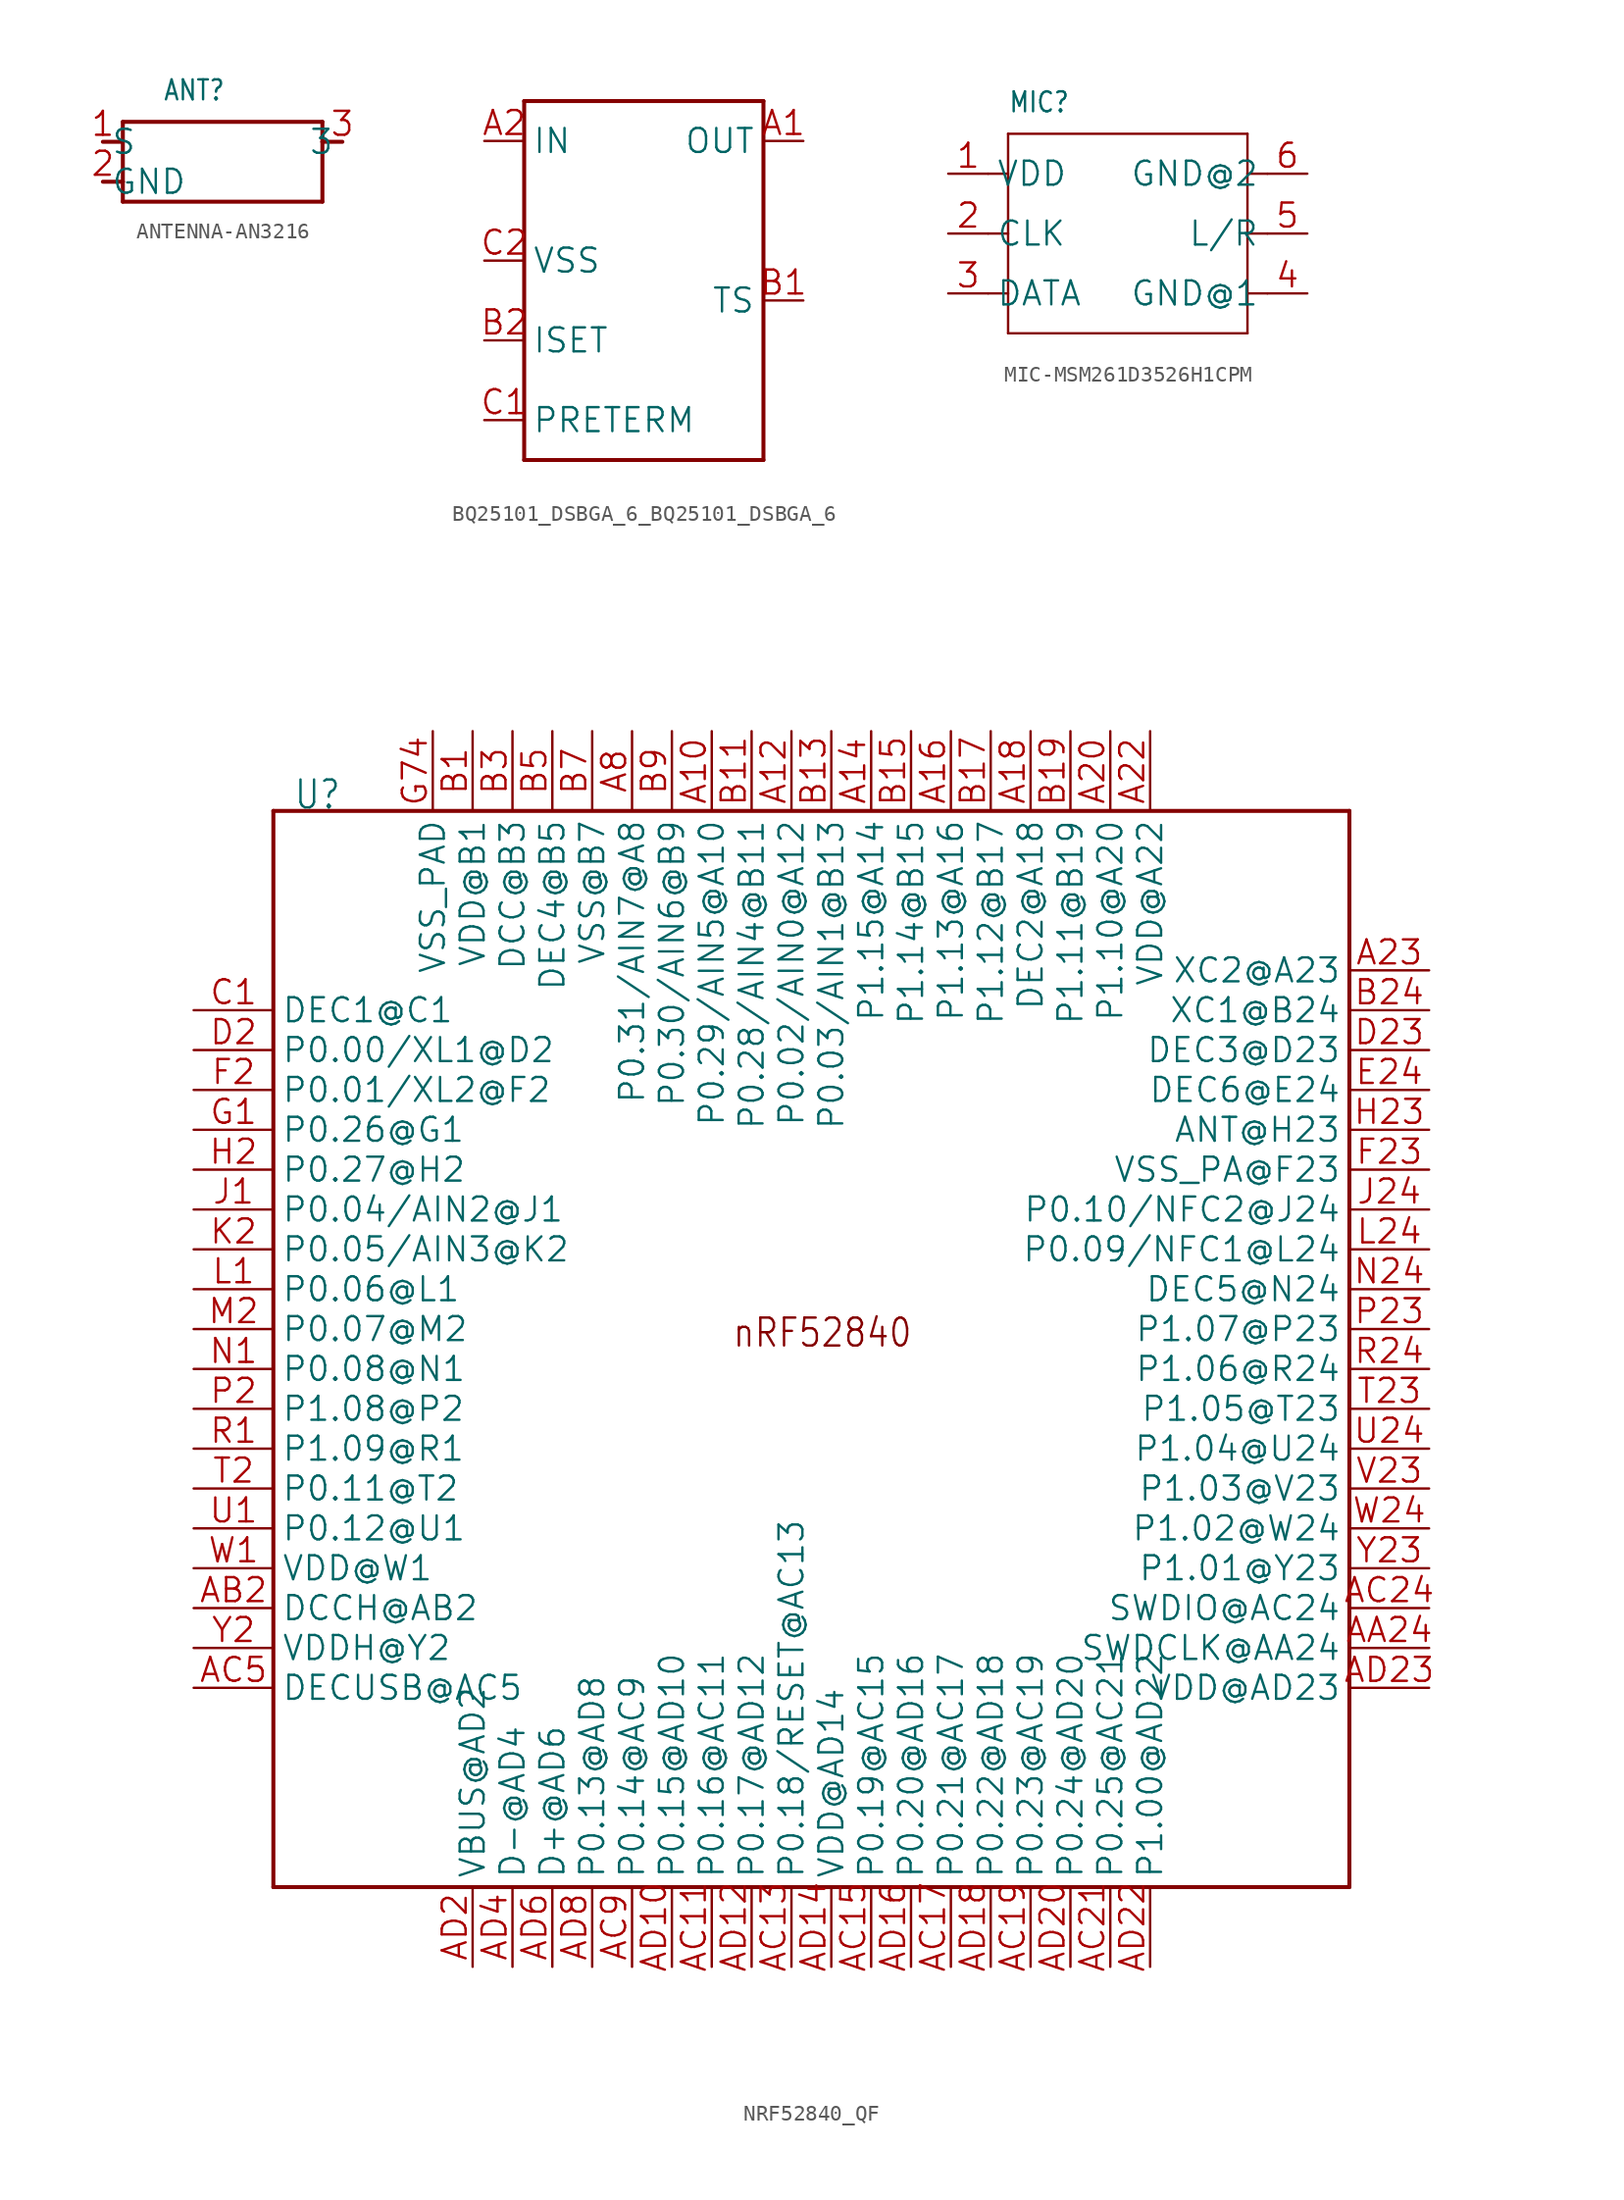
<source format=kicad_sym>
(kicad_symbol_lib
  (version 20241209)
  (generator "kicad_symbol_editor")
  (generator_version "9.0")
  (symbol "ANTENNA-AN3216"
    (property "Reference" "ANT"
      (at 0 5.08 0)
      (effects (font (size 1.27 1.079)) (justify left bottom)))
    (property "Value" ""
      (at 0 3.81 0)
      (effects (font (size 1.27 1.079)) (justify left bottom)))
    (property "ki_locked" ""
      (at 0 0 0)
      (effects (font (size 1.27 1.27))))
    (symbol "ANTENNA-AN3216_1_0"
      (polyline (pts (xy -3.81 2.54) (xy -2.54 2.54)) (stroke (width 0.254) (type solid)) (fill (type none)))
      (polyline (pts (xy -3.81 0) (xy -2.54 0)) (stroke (width 0.254) (type solid)) (fill (type none)))
      (polyline (pts (xy -2.54 3.81) (xy -2.54 2.54)) (stroke (width 0.254) (type solid)) (fill (type none)))
      (polyline (pts (xy -2.54 2.54) (xy -2.54 0)) (stroke (width 0.254) (type solid)) (fill (type none)))
      (polyline (pts (xy -2.54 0) (xy -2.54 -1.27)) (stroke (width 0.254) (type solid)) (fill (type none)))
      (polyline (pts (xy -2.54 -1.27) (xy 10.16 -1.27)) (stroke (width 0.254) (type solid)) (fill (type none)))
      (polyline (pts (xy 10.16 3.81) (xy -2.54 3.81)) (stroke (width 0.254) (type solid)) (fill (type none)))
      (polyline (pts (xy 10.16 2.54) (xy 10.16 3.81)) (stroke (width 0.254) (type solid)) (fill (type none)))
      (polyline (pts (xy 10.16 -1.27) (xy 10.16 2.54)) (stroke (width 0.254) (type solid)) (fill (type none)))
      (polyline (pts (xy 11.43 2.54) (xy 10.16 2.54)) (stroke (width 0.254) (type solid)) (fill (type none)))
      (pin bidirectional line (at -3.81 2.54 0) (length 0) (name "S" (effects (font (size 1.524 1.524)))) (number "1" (effects (font (size 1.524 1.524)))))
      (pin bidirectional line (at -3.81 0 0) (length 0) (name "GND" (effects (font (size 1.524 1.524)))) (number "2" (effects (font (size 1.524 1.524)))))
      (pin bidirectional line (at 11.43 2.54 180) (length 0) (name "3" (effects (font (size 1.524 1.524)))) (number "3" (effects (font (size 1.524 1.524)))))))
  (symbol "BQ25101_DSBGA_6_BQ25101_DSBGA_6"
    (property "Reference" "U"
      (at -10.16 12.7 0)
      (effects (font (size 1.778 1.511)) (justify left bottom) (hide yes)))
    (property "ki_locked" ""
      (at 0 0 0)
      (effects (font (size 1.27 1.27))))
    (symbol "BQ25101_DSBGA_6_BQ25101_DSBGA_6_1_0"
      (polyline (pts (xy -7.62 12.7) (xy 7.62 12.7)) (stroke (width 0.254) (type solid)) (fill (type none)))
      (polyline (pts (xy -7.62 -10.16) (xy -7.62 12.7)) (stroke (width 0.254) (type solid)) (fill (type none)))
      (polyline (pts (xy 7.62 12.7) (xy 7.62 -10.16)) (stroke (width 0.254) (type solid)) (fill (type none)))
      (polyline (pts (xy 7.62 -10.16) (xy -7.62 -10.16)) (stroke (width 0.254) (type solid)) (fill (type none)))
      (pin bidirectional line (at -10.16 10.16 0) (length 2.54) (name "IN" (effects (font (size 1.524 1.524)))) (number "A2" (effects (font (size 1.524 1.524)))))
      (pin bidirectional line (at -10.16 2.54 0) (length 2.54) (name "VSS" (effects (font (size 1.524 1.524)))) (number "C2" (effects (font (size 1.524 1.524)))))
      (pin bidirectional line (at -10.16 -2.54 0) (length 2.54) (name "ISET" (effects (font (size 1.524 1.524)))) (number "B2" (effects (font (size 1.524 1.524)))))
      (pin bidirectional line (at -10.16 -7.62 0) (length 2.54) (name "PRETERM" (effects (font (size 1.524 1.524)))) (number "C1" (effects (font (size 1.524 1.524)))))
      (pin bidirectional line (at 10.16 10.16 180) (length 2.54) (name "OUT" (effects (font (size 1.524 1.524)))) (number "A1" (effects (font (size 1.524 1.524)))))
      (pin bidirectional line (at 10.16 0 180) (length 2.54) (name "TS" (effects (font (size 1.524 1.524)))) (number "B1" (effects (font (size 1.524 1.524)))))))
  (symbol "MIC-MSM261D3526H1CPM"
    (property "Reference" "MIC"
      (at -7.62 7.62 0)
      (effects (font (size 1.27 1.079)) (justify left bottom)))
    (property "Value" ""
      (at -7.62 6.35 0)
      (effects (font (size 1.27 1.079)) (justify left bottom)))
    (property "ki_locked" ""
      (at 0 0 0)
      (effects (font (size 1.27 1.27))))
    (symbol "MIC-MSM261D3526H1CPM_1_0"
      (polyline (pts (xy -7.62 6.35) (xy 7.62 6.35)) (stroke (width 0.152) (type solid)) (fill (type none)))
      (polyline (pts (xy -7.62 3.81) (xy -8.89 3.81)) (stroke (width 0.152) (type solid)) (fill (type none)))
      (polyline (pts (xy -7.62 3.81) (xy -7.62 6.35)) (stroke (width 0.152) (type solid)) (fill (type none)))
      (polyline (pts (xy -7.62 0) (xy -8.89 0)) (stroke (width 0.152) (type solid)) (fill (type none)))
      (polyline (pts (xy -7.62 0) (xy -7.62 3.81)) (stroke (width 0.152) (type solid)) (fill (type none)))
      (polyline (pts (xy -7.62 -3.81) (xy -8.89 -3.81)) (stroke (width 0.152) (type solid)) (fill (type none)))
      (polyline (pts (xy -7.62 -3.81) (xy -7.62 0)) (stroke (width 0.152) (type solid)) (fill (type none)))
      (polyline (pts (xy -7.62 -6.35) (xy -7.62 -3.81)) (stroke (width 0.152) (type solid)) (fill (type none)))
      (polyline (pts (xy 7.62 6.35) (xy 7.62 3.81)) (stroke (width 0.152) (type solid)) (fill (type none)))
      (polyline (pts (xy 7.62 3.81) (xy 7.62 0)) (stroke (width 0.152) (type solid)) (fill (type none)))
      (polyline (pts (xy 7.62 0) (xy 7.62 -3.81)) (stroke (width 0.152) (type solid)) (fill (type none)))
      (polyline (pts (xy 7.62 -3.81) (xy 7.62 -6.35)) (stroke (width 0.152) (type solid)) (fill (type none)))
      (polyline (pts (xy 7.62 -6.35) (xy -7.62 -6.35)) (stroke (width 0.152) (type solid)) (fill (type none)))
      (polyline (pts (xy 8.89 3.81) (xy 7.62 3.81)) (stroke (width 0.152) (type solid)) (fill (type none)))
      (polyline (pts (xy 8.89 0) (xy 7.62 0)) (stroke (width 0.152) (type solid)) (fill (type none)))
      (polyline (pts (xy 8.89 -3.81) (xy 7.62 -3.81)) (stroke (width 0.152) (type solid)) (fill (type none)))
      (pin bidirectional line (at -11.43 3.81 0) (length 2.54) (name "VDD" (effects (font (size 1.524 1.524)))) (number "1" (effects (font (size 1.524 1.524)))))
      (pin bidirectional line (at -11.43 0 0) (length 2.54) (name "CLK" (effects (font (size 1.524 1.524)))) (number "2" (effects (font (size 1.524 1.524)))))
      (pin bidirectional line (at -11.43 -3.81 0) (length 2.54) (name "DATA" (effects (font (size 1.524 1.524)))) (number "3" (effects (font (size 1.524 1.524)))))
      (pin bidirectional line (at 11.43 3.81 180) (length 2.54) (name "GND@2" (effects (font (size 1.524 1.524)))) (number "6" (effects (font (size 1.524 1.524)))))
      (pin bidirectional line (at 11.43 0 180) (length 2.54) (name "L/R" (effects (font (size 1.524 1.524)))) (number "5" (effects (font (size 1.524 1.524)))))
      (pin bidirectional line (at 11.43 -3.81 180) (length 2.54) (name "GND@1" (effects (font (size 1.524 1.524)))) (number "4" (effects (font (size 1.524 1.524)))))))
  (symbol "NRF52840_QF"
    (property "Reference" "U"
      (at -33.02 34.29 0)
      (effects (font (size 1.778 1.511)) (justify left bottom)))
    (property "Value" ""
      (at 25.4 34.29 0)
      (effects (font (size 1.778 1.511)) (justify left bottom)))
    (property "ki_locked" ""
      (at 0 0 0)
      (effects (font (size 1.27 1.27))))
    (symbol "NRF52840_QF_1_0"
      (polyline (pts (xy -34.29 34.29) (xy 34.29 34.29)) (stroke (width 0.254) (type solid)) (fill (type none)))
      (polyline (pts (xy -34.29 -34.29) (xy -34.29 34.29)) (stroke (width 0.254) (type solid)) (fill (type none)))
      (polyline (pts (xy 34.29 34.29) (xy 34.29 -34.29)) (stroke (width 0.254) (type solid)) (fill (type none)))
      (polyline (pts (xy 34.29 -34.29) (xy -34.29 -34.29)) (stroke (width 0.254) (type solid)) (fill (type none)))
      (text "nRF52840" (at -5.08 0 0) (effects (font (size 1.778 1.511)) (justify left bottom)))
      (pin bidirectional line (at -39.37 21.59 0) (length 5.08) (name "DEC1@C1" (effects (font (size 1.524 1.524)))) (number "C1" (effects (font (size 1.524 1.524)))))
      (pin bidirectional line (at -39.37 19.05 0) (length 5.08) (name "P0.00/XL1@D2" (effects (font (size 1.524 1.524)))) (number "D2" (effects (font (size 1.524 1.524)))))
      (pin bidirectional line (at -39.37 16.51 0) (length 5.08) (name "P0.01/XL2@F2" (effects (font (size 1.524 1.524)))) (number "F2" (effects (font (size 1.524 1.524)))))
      (pin bidirectional line (at -39.37 13.97 0) (length 5.08) (name "P0.26@G1" (effects (font (size 1.524 1.524)))) (number "G1" (effects (font (size 1.524 1.524)))))
      (pin bidirectional line (at -39.37 11.43 0) (length 5.08) (name "P0.27@H2" (effects (font (size 1.524 1.524)))) (number "H2" (effects (font (size 1.524 1.524)))))
      (pin bidirectional line (at -39.37 8.89 0) (length 5.08) (name "P0.04/AIN2@J1" (effects (font (size 1.524 1.524)))) (number "J1" (effects (font (size 1.524 1.524)))))
      (pin bidirectional line (at -39.37 6.35 0) (length 5.08) (name "P0.05/AIN3@K2" (effects (font (size 1.524 1.524)))) (number "K2" (effects (font (size 1.524 1.524)))))
      (pin bidirectional line (at -39.37 3.81 0) (length 5.08) (name "P0.06@L1" (effects (font (size 1.524 1.524)))) (number "L1" (effects (font (size 1.524 1.524)))))
      (pin bidirectional line (at -39.37 1.27 0) (length 5.08) (name "P0.07@M2" (effects (font (size 1.524 1.524)))) (number "M2" (effects (font (size 1.524 1.524)))))
      (pin bidirectional line (at -39.37 -1.27 0) (length 5.08) (name "P0.08@N1" (effects (font (size 1.524 1.524)))) (number "N1" (effects (font (size 1.524 1.524)))))
      (pin bidirectional line (at -39.37 -3.81 0) (length 5.08) (name "P1.08@P2" (effects (font (size 1.524 1.524)))) (number "P2" (effects (font (size 1.524 1.524)))))
      (pin bidirectional line (at -39.37 -6.35 0) (length 5.08) (name "P1.09@R1" (effects (font (size 1.524 1.524)))) (number "R1" (effects (font (size 1.524 1.524)))))
      (pin bidirectional line (at -39.37 -8.89 0) (length 5.08) (name "P0.11@T2" (effects (font (size 1.524 1.524)))) (number "T2" (effects (font (size 1.524 1.524)))))
      (pin bidirectional line (at -39.37 -11.43 0) (length 5.08) (name "P0.12@U1" (effects (font (size 1.524 1.524)))) (number "U1" (effects (font (size 1.524 1.524)))))
      (pin bidirectional line (at -39.37 -13.97 0) (length 5.08) (name "VDD@W1" (effects (font (size 1.524 1.524)))) (number "W1" (effects (font (size 1.524 1.524)))))
      (pin bidirectional line (at -39.37 -16.51 0) (length 5.08) (name "DCCH@AB2" (effects (font (size 1.524 1.524)))) (number "AB2" (effects (font (size 1.524 1.524)))))
      (pin bidirectional line (at -39.37 -19.05 0) (length 5.08) (name "VDDH@Y2" (effects (font (size 1.524 1.524)))) (number "Y2" (effects (font (size 1.524 1.524)))))
      (pin bidirectional line (at -39.37 -21.59 0) (length 5.08) (name "DECUSB@AC5" (effects (font (size 1.524 1.524)))) (number "AC5" (effects (font (size 1.524 1.524)))))
      (pin bidirectional line (at -24.13 39.37 270) (length 5.08) (name "VSS_PAD" (effects (font (size 1.524 1.524)))) (number "G74" (effects (font (size 1.524 1.524)))))
      (pin bidirectional line (at -21.59 39.37 270) (length 5.08) (name "VDD@B1" (effects (font (size 1.524 1.524)))) (number "B1" (effects (font (size 1.524 1.524)))))
      (pin bidirectional line (at -21.59 -39.37 90) (length 5.08) (name "VBUS@AD2" (effects (font (size 1.524 1.524)))) (number "AD2" (effects (font (size 1.524 1.524)))))
      (pin bidirectional line (at -19.05 39.37 270) (length 5.08) (name "DCC@B3" (effects (font (size 1.524 1.524)))) (number "B3" (effects (font (size 1.524 1.524)))))
      (pin bidirectional line (at -19.05 -39.37 90) (length 5.08) (name "D-@AD4" (effects (font (size 1.524 1.524)))) (number "AD4" (effects (font (size 1.524 1.524)))))
      (pin bidirectional line (at -16.51 39.37 270) (length 5.08) (name "DEC4@B5" (effects (font (size 1.524 1.524)))) (number "B5" (effects (font (size 1.524 1.524)))))
      (pin bidirectional line (at -16.51 -39.37 90) (length 5.08) (name "D+@AD6" (effects (font (size 1.524 1.524)))) (number "AD6" (effects (font (size 1.524 1.524)))))
      (pin bidirectional line (at -13.97 39.37 270) (length 5.08) (name "VSS@B7" (effects (font (size 1.524 1.524)))) (number "B7" (effects (font (size 1.524 1.524)))))
      (pin bidirectional line (at -13.97 -39.37 90) (length 5.08) (name "P0.13@AD8" (effects (font (size 1.524 1.524)))) (number "AD8" (effects (font (size 1.524 1.524)))))
      (pin bidirectional line (at -11.43 39.37 270) (length 5.08) (name "P0.31/AIN7@A8" (effects (font (size 1.524 1.524)))) (number "A8" (effects (font (size 1.524 1.524)))))
      (pin bidirectional line (at -11.43 -39.37 90) (length 5.08) (name "P0.14@AC9" (effects (font (size 1.524 1.524)))) (number "AC9" (effects (font (size 1.524 1.524)))))
      (pin bidirectional line (at -8.89 39.37 270) (length 5.08) (name "P0.30/AIN6@B9" (effects (font (size 1.524 1.524)))) (number "B9" (effects (font (size 1.524 1.524)))))
      (pin bidirectional line (at -8.89 -39.37 90) (length 5.08) (name "P0.15@AD10" (effects (font (size 1.524 1.524)))) (number "AD10" (effects (font (size 1.524 1.524)))))
      (pin bidirectional line (at -6.35 39.37 270) (length 5.08) (name "P0.29/AIN5@A10" (effects (font (size 1.524 1.524)))) (number "A10" (effects (font (size 1.524 1.524)))))
      (pin bidirectional line (at -6.35 -39.37 90) (length 5.08) (name "P0.16@AC11" (effects (font (size 1.524 1.524)))) (number "AC11" (effects (font (size 1.524 1.524)))))
      (pin bidirectional line (at -3.81 39.37 270) (length 5.08) (name "P0.28/AIN4@B11" (effects (font (size 1.524 1.524)))) (number "B11" (effects (font (size 1.524 1.524)))))
      (pin bidirectional line (at -3.81 -39.37 90) (length 5.08) (name "P0.17@AD12" (effects (font (size 1.524 1.524)))) (number "AD12" (effects (font (size 1.524 1.524)))))
      (pin bidirectional line (at -1.27 39.37 270) (length 5.08) (name "P0.02/AIN0@A12" (effects (font (size 1.524 1.524)))) (number "A12" (effects (font (size 1.524 1.524)))))
      (pin bidirectional line (at -1.27 -39.37 90) (length 5.08) (name "P0.18/RESET@AC13" (effects (font (size 1.524 1.524)))) (number "AC13" (effects (font (size 1.524 1.524)))))
      (pin bidirectional line (at 1.27 39.37 270) (length 5.08) (name "P0.03/AIN1@B13" (effects (font (size 1.524 1.524)))) (number "B13" (effects (font (size 1.524 1.524)))))
      (pin bidirectional line (at 1.27 -39.37 90) (length 5.08) (name "VDD@AD14" (effects (font (size 1.524 1.524)))) (number "AD14" (effects (font (size 1.524 1.524)))))
      (pin bidirectional line (at 3.81 39.37 270) (length 5.08) (name "P1.15@A14" (effects (font (size 1.524 1.524)))) (number "A14" (effects (font (size 1.524 1.524)))))
      (pin bidirectional line (at 3.81 -39.37 90) (length 5.08) (name "P0.19@AC15" (effects (font (size 1.524 1.524)))) (number "AC15" (effects (font (size 1.524 1.524)))))
      (pin bidirectional line (at 6.35 39.37 270) (length 5.08) (name "P1.14@B15" (effects (font (size 1.524 1.524)))) (number "B15" (effects (font (size 1.524 1.524)))))
      (pin bidirectional line (at 6.35 -39.37 90) (length 5.08) (name "P0.20@AD16" (effects (font (size 1.524 1.524)))) (number "AD16" (effects (font (size 1.524 1.524)))))
      (pin bidirectional line (at 8.89 39.37 270) (length 5.08) (name "P1.13@A16" (effects (font (size 1.524 1.524)))) (number "A16" (effects (font (size 1.524 1.524)))))
      (pin bidirectional line (at 8.89 -39.37 90) (length 5.08) (name "P0.21@AC17" (effects (font (size 1.524 1.524)))) (number "AC17" (effects (font (size 1.524 1.524)))))
      (pin bidirectional line (at 11.43 39.37 270) (length 5.08) (name "P1.12@B17" (effects (font (size 1.524 1.524)))) (number "B17" (effects (font (size 1.524 1.524)))))
      (pin bidirectional line (at 11.43 -39.37 90) (length 5.08) (name "P0.22@AD18" (effects (font (size 1.524 1.524)))) (number "AD18" (effects (font (size 1.524 1.524)))))
      (pin bidirectional line (at 13.97 39.37 270) (length 5.08) (name "DEC2@A18" (effects (font (size 1.524 1.524)))) (number "A18" (effects (font (size 1.524 1.524)))))
      (pin bidirectional line (at 13.97 -39.37 90) (length 5.08) (name "P0.23@AC19" (effects (font (size 1.524 1.524)))) (number "AC19" (effects (font (size 1.524 1.524)))))
      (pin bidirectional line (at 16.51 39.37 270) (length 5.08) (name "P1.11@B19" (effects (font (size 1.524 1.524)))) (number "B19" (effects (font (size 1.524 1.524)))))
      (pin bidirectional line (at 16.51 -39.37 90) (length 5.08) (name "P0.24@AD20" (effects (font (size 1.524 1.524)))) (number "AD20" (effects (font (size 1.524 1.524)))))
      (pin bidirectional line (at 19.05 39.37 270) (length 5.08) (name "P1.10@A20" (effects (font (size 1.524 1.524)))) (number "A20" (effects (font (size 1.524 1.524)))))
      (pin bidirectional line (at 19.05 -39.37 90) (length 5.08) (name "P0.25@AC21" (effects (font (size 1.524 1.524)))) (number "AC21" (effects (font (size 1.524 1.524)))))
      (pin bidirectional line (at 21.59 39.37 270) (length 5.08) (name "VDD@A22" (effects (font (size 1.524 1.524)))) (number "A22" (effects (font (size 1.524 1.524)))))
      (pin bidirectional line (at 21.59 -39.37 90) (length 5.08) (name "P1.00@AD22" (effects (font (size 1.524 1.524)))) (number "AD22" (effects (font (size 1.524 1.524)))))
      (pin bidirectional line (at 39.37 24.13 180) (length 5.08) (name "XC2@A23" (effects (font (size 1.524 1.524)))) (number "A23" (effects (font (size 1.524 1.524)))))
      (pin bidirectional line (at 39.37 21.59 180) (length 5.08) (name "XC1@B24" (effects (font (size 1.524 1.524)))) (number "B24" (effects (font (size 1.524 1.524)))))
      (pin bidirectional line (at 39.37 19.05 180) (length 5.08) (name "DEC3@D23" (effects (font (size 1.524 1.524)))) (number "D23" (effects (font (size 1.524 1.524)))))
      (pin bidirectional line (at 39.37 16.51 180) (length 5.08) (name "DEC6@E24" (effects (font (size 1.524 1.524)))) (number "E24" (effects (font (size 1.524 1.524)))))
      (pin bidirectional line (at 39.37 13.97 180) (length 5.08) (name "ANT@H23" (effects (font (size 1.524 1.524)))) (number "H23" (effects (font (size 1.524 1.524)))))
      (pin bidirectional line (at 39.37 11.43 180) (length 5.08) (name "VSS_PA@F23" (effects (font (size 1.524 1.524)))) (number "F23" (effects (font (size 1.524 1.524)))))
      (pin bidirectional line (at 39.37 8.89 180) (length 5.08) (name "P0.10/NFC2@J24" (effects (font (size 1.524 1.524)))) (number "J24" (effects (font (size 1.524 1.524)))))
      (pin bidirectional line (at 39.37 6.35 180) (length 5.08) (name "P0.09/NFC1@L24" (effects (font (size 1.524 1.524)))) (number "L24" (effects (font (size 1.524 1.524)))))
      (pin bidirectional line (at 39.37 3.81 180) (length 5.08) (name "DEC5@N24" (effects (font (size 1.524 1.524)))) (number "N24" (effects (font (size 1.524 1.524)))))
      (pin bidirectional line (at 39.37 1.27 180) (length 5.08) (name "P1.07@P23" (effects (font (size 1.524 1.524)))) (number "P23" (effects (font (size 1.524 1.524)))))
      (pin bidirectional line (at 39.37 -1.27 180) (length 5.08) (name "P1.06@R24" (effects (font (size 1.524 1.524)))) (number "R24" (effects (font (size 1.524 1.524)))))
      (pin bidirectional line (at 39.37 -3.81 180) (length 5.08) (name "P1.05@T23" (effects (font (size 1.524 1.524)))) (number "T23" (effects (font (size 1.524 1.524)))))
      (pin bidirectional line (at 39.37 -6.35 180) (length 5.08) (name "P1.04@U24" (effects (font (size 1.524 1.524)))) (number "U24" (effects (font (size 1.524 1.524)))))
      (pin bidirectional line (at 39.37 -8.89 180) (length 5.08) (name "P1.03@V23" (effects (font (size 1.524 1.524)))) (number "V23" (effects (font (size 1.524 1.524)))))
      (pin bidirectional line (at 39.37 -11.43 180) (length 5.08) (name "P1.02@W24" (effects (font (size 1.524 1.524)))) (number "W24" (effects (font (size 1.524 1.524)))))
      (pin bidirectional line (at 39.37 -13.97 180) (length 5.08) (name "P1.01@Y23" (effects (font (size 1.524 1.524)))) (number "Y23" (effects (font (size 1.524 1.524)))))
      (pin bidirectional line (at 39.37 -16.51 180) (length 5.08) (name "SWDIO@AC24" (effects (font (size 1.524 1.524)))) (number "AC24" (effects (font (size 1.524 1.524)))))
      (pin input line (at 39.37 -19.05 180) (length 5.08) (name "SWDCLK@AA24" (effects (font (size 1.524 1.524)))) (number "AA24" (effects (font (size 1.524 1.524)))))
      (pin bidirectional line (at 39.37 -21.59 180) (length 5.08) (name "VDD@AD23" (effects (font (size 1.524 1.524)))) (number "AD23" (effects (font (size 1.524 1.524))))))))
</source>
